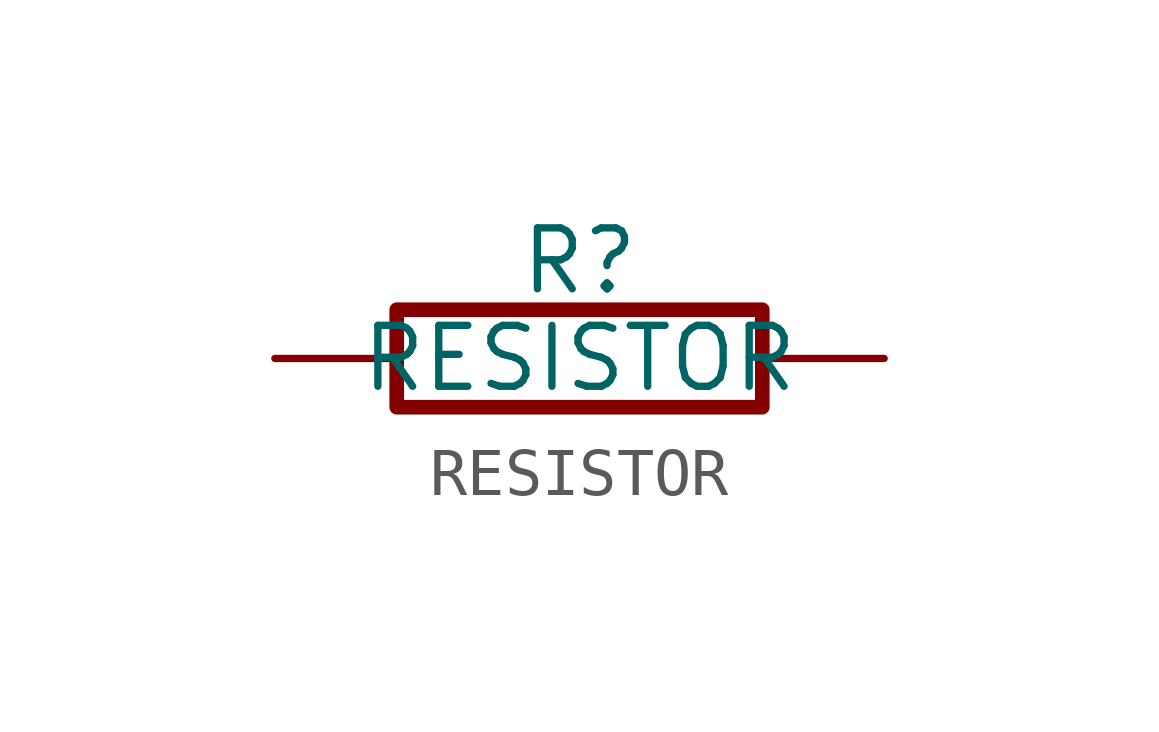
<source format=kicad_sym>
(kicad_symbol_lib
  (version 20201005)
  (generator kicad_symbol_editor)
  (symbol "RESISTOR"
    (pin_numbers hide)
    (pin_names
      (offset 0))
    (property "Reference" "R"
      (at 0 2.032 0)
      (effects (font (size 1.27 1.27))))
    (property "Value" "RESISTOR"
      (at 0 0 0)
      (effects (font (size 1.27 1.27))))
    (symbol "RESISTOR_0_1"
      (rectangle (start -3.81 -1.016) (end 3.81 1.016) (stroke (width 0.305)) (fill (type none))))
    (symbol "RESISTOR_1_1"
      (pin passive line (at -6.35 0 0) (length 2.54) (name "~" (effects (font (size 1.524 1.524)))) (number "1" (effects (font (size 1.524 1.524)))))
      (pin passive line (at 6.35 0 180) (length 2.54) (name "~" (effects (font (size 1.524 1.524)))) (number "2" (effects (font (size 1.524 1.524))))))))
</source>
